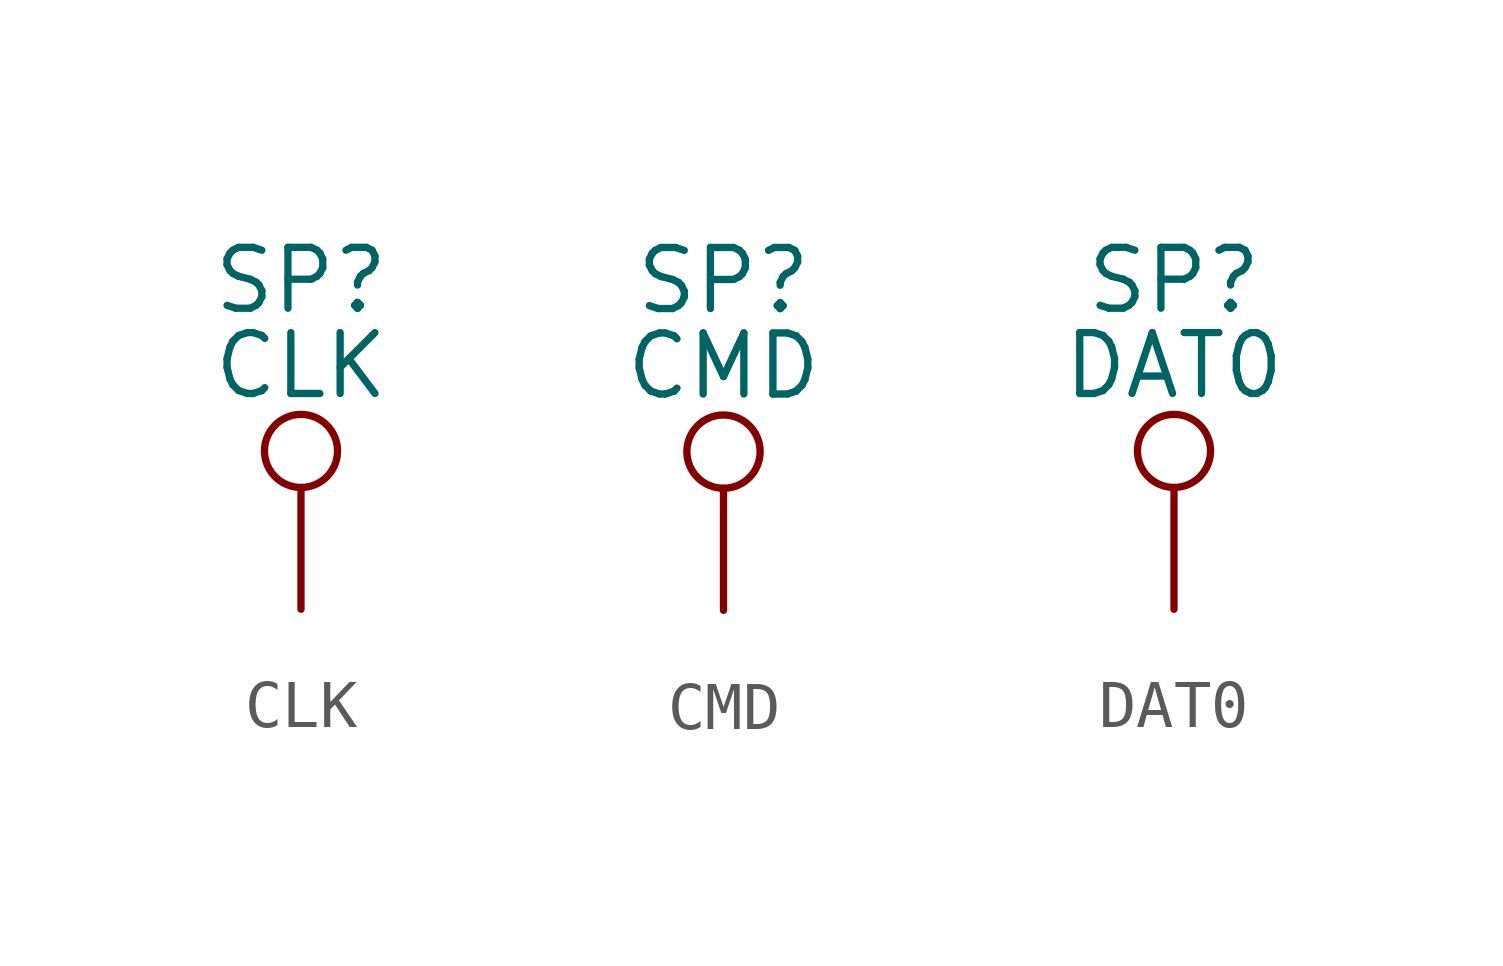
<source format=kicad_sym>
(kicad_symbol_lib
  (version 20220914)
  (generator kicad_symbol_editor)
  (symbol "CLK"
    (pin_numbers hide)
    (pin_names
      (offset 0.762) hide)
    (property "Reference" "SP"
      (at 0 6.858 0)
      (effects (font (size 1.27 1.27))))
    (property "Value" "CLK"
      (at 0 5.08 0)
      (effects (font (size 1.27 1.27))))
    (symbol "CLK_0_1"
      (circle (center 0 3.302) (radius 0.762) (stroke (width 0) (type default)) (fill (type none))))
    (symbol "CLK_1_1"
      (pin passive line (at 0 0 90) (length 2.54) (name "CLK" (effects (font (size 1.27 1.27)))) (number "CLK" (effects (font (size 1.27 1.27)))))))
  (symbol "CMD"
    (pin_numbers hide)
    (pin_names
      (offset 0.762) hide)
    (property "Reference" "SP"
      (at 0 6.858 0)
      (effects (font (size 1.27 1.27))))
    (property "Value" "CMD"
      (at 0 5.08 0)
      (effects (font (size 1.27 1.27))))
    (symbol "CMD_0_1"
      (circle (center 0 3.302) (radius 0.762) (stroke (width 0) (type default)) (fill (type none))))
    (symbol "CMD_1_1"
      (pin passive line (at 0 0 90) (length 2.54) (name "CMD" (effects (font (size 1.27 1.27)))) (number "CMD" (effects (font (size 1.27 1.27)))))))
  (symbol "DAT0"
    (pin_numbers hide)
    (pin_names
      (offset 0.762) hide)
    (property "Reference" "SP"
      (at 0 6.858 0)
      (effects (font (size 1.27 1.27))))
    (property "Value" "DAT0"
      (at 0 5.08 0)
      (effects (font (size 1.27 1.27))))
    (symbol "DAT0_0_1"
      (circle (center 0 3.302) (radius 0.762) (stroke (width 0) (type default)) (fill (type none))))
    (symbol "DAT0_1_1"
      (pin passive line (at 0 0 90) (length 2.54) (name "DAT0" (effects (font (size 1.27 1.27)))) (number "DAT0" (effects (font (size 1.27 1.27))))))))
</source>
